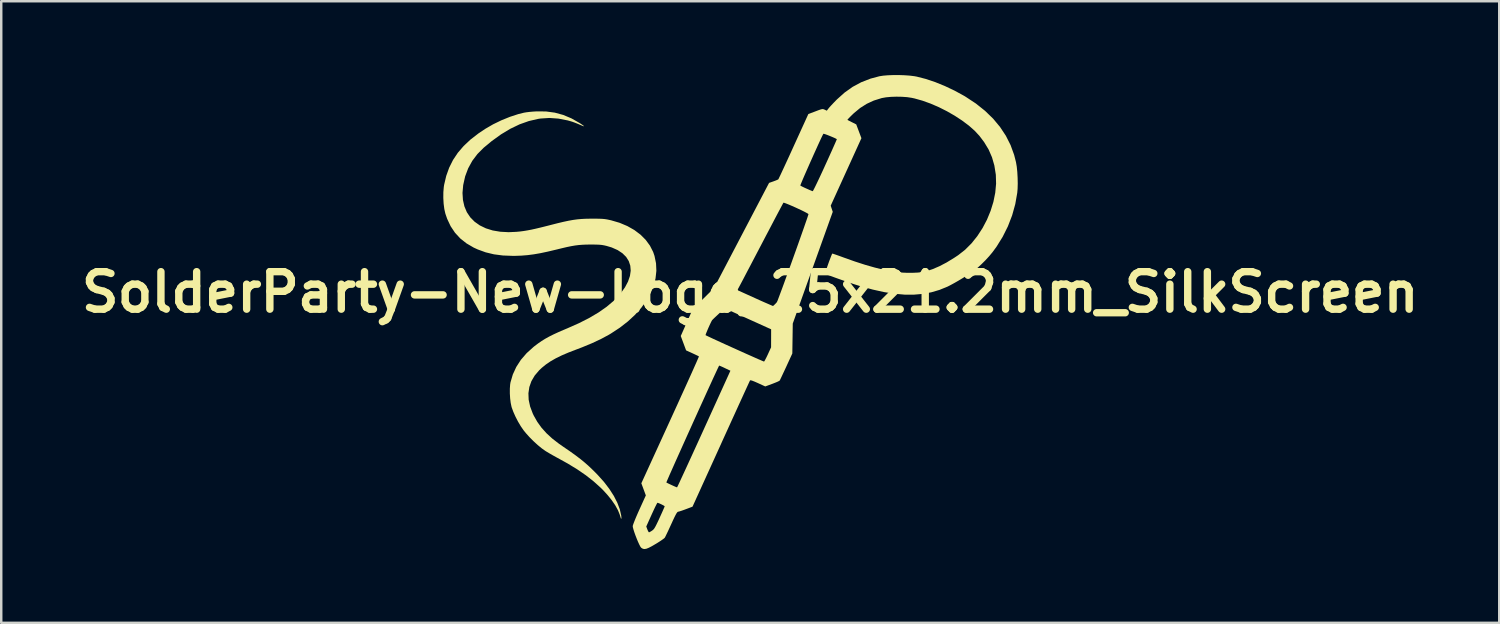
<source format=kicad_pcb>
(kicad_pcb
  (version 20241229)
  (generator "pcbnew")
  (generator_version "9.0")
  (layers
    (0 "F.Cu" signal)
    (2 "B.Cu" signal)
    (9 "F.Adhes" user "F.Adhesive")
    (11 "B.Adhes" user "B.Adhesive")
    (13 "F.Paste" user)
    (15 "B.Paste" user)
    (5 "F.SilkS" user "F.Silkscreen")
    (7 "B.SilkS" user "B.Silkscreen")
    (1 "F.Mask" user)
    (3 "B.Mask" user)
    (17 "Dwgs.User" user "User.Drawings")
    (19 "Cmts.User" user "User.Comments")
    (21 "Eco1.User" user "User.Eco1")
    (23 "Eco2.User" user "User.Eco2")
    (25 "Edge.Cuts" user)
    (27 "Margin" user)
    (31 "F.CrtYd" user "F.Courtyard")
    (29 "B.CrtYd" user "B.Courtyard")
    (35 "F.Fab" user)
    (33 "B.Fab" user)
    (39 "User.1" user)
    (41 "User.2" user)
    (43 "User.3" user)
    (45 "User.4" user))
  (footprint "SolderParty-New-Logo_25x21.2mm_SilkScreen"
    (layer "F.Cu")
    (at 27.439 8.825)
    (property "Reference" "SolderParty-New-Logo_25x21.2mm_SilkScreen" (at 0 0 0) (layer "F.SilkS") (effects (font (size 1.524 1.524) (thickness 0.3))))
    (attr through_hole)
    (fp_poly (pts (xy -8.297 -7.345) (xy -7.941 -7.297) (xy -7.599 -7.204) (xy -7.265 -7.064) (xy -6.934 -6.876) (xy -6.919 -6.867) (xy -6.822 -6.802) (xy -6.768 -6.761) (xy -6.756 -6.743) (xy -6.787 -6.749) (xy -6.844 -6.772) (xy -7.003 -6.84) (xy -7.131 -6.891) (xy -7.24 -6.93) (xy -7.345 -6.961) (xy -7.416 -6.981) (xy -7.795 -7.055) (xy -8.162 -7.081) (xy -8.52 -7.058) (xy -8.615 -7.044) (xy -8.995 -6.956) (xy -9.373 -6.822) (xy -9.75 -6.641) (xy -10.129 -6.413) (xy -10.511 -6.137) (xy -10.832 -5.871) (xy -11.086 -5.616) (xy -11.296 -5.338) (xy -11.462 -5.035) (xy -11.585 -4.709) (xy -11.664 -4.357) (xy -11.666 -4.342) (xy -11.693 -4.034) (xy -11.675 -3.748) (xy -11.616 -3.488) (xy -11.517 -3.252) (xy -11.378 -3.044) (xy -11.202 -2.865) (xy -10.99 -2.715) (xy -10.744 -2.596) (xy -10.466 -2.509) (xy -10.156 -2.457) (xy -9.816 -2.439) (xy -9.506 -2.453) (xy -9.357 -2.467) (xy -9.21 -2.486) (xy -9.059 -2.511) (xy -8.894 -2.542) (xy -8.709 -2.583) (xy -8.495 -2.634) (xy -8.244 -2.697) (xy -8.1 -2.734) (xy -7.826 -2.804) (xy -7.59 -2.86) (xy -7.384 -2.904) (xy -7.199 -2.937) (xy -7.025 -2.961) (xy -6.853 -2.976) (xy -6.676 -2.985) (xy -6.482 -2.988) (xy -6.425 -2.988) (xy -6.249 -2.988) (xy -6.111 -2.985) (xy -6.001 -2.98) (xy -5.907 -2.971) (xy -5.818 -2.957) (xy -5.723 -2.937) (xy -5.655 -2.922) (xy -5.31 -2.821) (xy -4.994 -2.688) (xy -4.71 -2.527) (xy -4.46 -2.339) (xy -4.247 -2.126) (xy -4.075 -1.891) (xy -3.945 -1.636) (xy -3.89 -1.475) (xy -3.828 -1.174) (xy -3.814 -0.869) (xy -3.848 -0.562) (xy -3.927 -0.256) (xy -4.051 0.046) (xy -4.219 0.344) (xy -4.429 0.635) (xy -4.679 0.916) (xy -4.97 1.186) (xy -5.299 1.442) (xy -5.665 1.682) (xy -5.753 1.734) (xy -6.071 1.905) (xy -6.435 2.075) (xy -6.841 2.243) (xy -7.062 2.327) (xy -7.385 2.451) (xy -7.665 2.571) (xy -7.907 2.69) (xy -8.118 2.811) (xy -8.303 2.937) (xy -8.469 3.072) (xy -8.578 3.175) (xy -8.759 3.388) (xy -8.892 3.614) (xy -8.977 3.854) (xy -9.014 4.107) (xy -9.004 4.371) (xy -8.945 4.645) (xy -8.838 4.929) (xy -8.796 5.017) (xy -8.652 5.271) (xy -8.482 5.507) (xy -8.282 5.73) (xy -8.046 5.947) (xy -7.768 6.162) (xy -7.597 6.281) (xy -7.331 6.463) (xy -7.101 6.628) (xy -6.897 6.783) (xy -6.712 6.935) (xy -6.535 7.093) (xy -6.36 7.261) (xy -6.2 7.424) (xy -5.945 7.708) (xy -5.726 7.994) (xy -5.543 8.279) (xy -5.401 8.557) (xy -5.3 8.825) (xy -5.243 9.078) (xy -5.241 9.09) (xy -5.235 9.163) (xy -5.238 9.204) (xy -5.248 9.209) (xy -5.261 9.178) (xy -5.274 9.135) (xy -5.295 9.067) (xy -5.301 9.046) (xy -5.373 8.866) (xy -5.482 8.667) (xy -5.626 8.456) (xy -5.8 8.24) (xy -5.997 8.025) (xy -6.081 7.943) (xy -6.367 7.686) (xy -6.68 7.44) (xy -7.026 7.202) (xy -7.412 6.966) (xy -7.75 6.779) (xy -7.893 6.701) (xy -8.04 6.619) (xy -8.177 6.54) (xy -8.289 6.473) (xy -8.323 6.452) (xy -8.472 6.346) (xy -8.638 6.21) (xy -8.809 6.053) (xy -8.974 5.887) (xy -9.122 5.722) (xy -9.214 5.608) (xy -9.326 5.445) (xy -9.438 5.256) (xy -9.541 5.056) (xy -9.628 4.861) (xy -9.692 4.686) (xy -9.701 4.655) (xy -9.734 4.498) (xy -9.757 4.313) (xy -9.769 4.116) (xy -9.769 3.924) (xy -9.757 3.754) (xy -9.743 3.666) (xy -9.648 3.343) (xy -9.507 3.037) (xy -9.32 2.748) (xy -9.086 2.477) (xy -8.806 2.224) (xy -8.762 2.189) (xy -8.618 2.08) (xy -8.476 1.982) (xy -8.33 1.892) (xy -8.172 1.804) (xy -7.994 1.715) (xy -7.788 1.62) (xy -7.546 1.516) (xy -7.425 1.465) (xy -6.956 1.257) (xy -6.536 1.043) (xy -6.163 0.822) (xy -5.837 0.594) (xy -5.556 0.357) (xy -5.319 0.111) (xy -5.262 0.043) (xy -5.089 -0.199) (xy -4.965 -0.435) (xy -4.888 -0.661) (xy -4.857 -0.875) (xy -4.874 -1.077) (xy -4.936 -1.264) (xy -5.042 -1.433) (xy -5.194 -1.583) (xy -5.389 -1.712) (xy -5.628 -1.818) (xy -5.839 -1.881) (xy -5.934 -1.903) (xy -6.024 -1.919) (xy -6.121 -1.929) (xy -6.236 -1.934) (xy -6.383 -1.937) (xy -6.487 -1.937) (xy -6.662 -1.935) (xy -6.819 -1.928) (xy -6.967 -1.917) (xy -7.116 -1.898) (xy -7.275 -1.871) (xy -7.455 -1.834) (xy -7.663 -1.785) (xy -7.896 -1.728) (xy -8.229 -1.649) (xy -8.526 -1.586) (xy -8.797 -1.539) (xy -9.053 -1.506) (xy -9.303 -1.486) (xy -9.559 -1.477) (xy -9.659 -1.477) (xy -10.052 -1.492) (xy -10.414 -1.539) (xy -10.751 -1.62) (xy -11.072 -1.737) (xy -11.238 -1.813) (xy -11.529 -1.983) (xy -11.782 -2.183) (xy -11.997 -2.415) (xy -12.175 -2.681) (xy -12.316 -2.98) (xy -12.39 -3.195) (xy -12.432 -3.38) (xy -12.46 -3.598) (xy -12.473 -3.831) (xy -12.471 -4.063) (xy -12.453 -4.278) (xy -12.439 -4.367) (xy -12.354 -4.727) (xy -12.234 -5.062) (xy -12.078 -5.374) (xy -11.883 -5.666) (xy -11.647 -5.941) (xy -11.367 -6.204) (xy -11.042 -6.455) (xy -10.762 -6.642) (xy -10.449 -6.823) (xy -10.113 -6.986) (xy -9.768 -7.126) (xy -9.429 -7.237) (xy -9.2 -7.294) (xy -9.101 -7.311) (xy -8.969 -7.327) (xy -8.821 -7.34) (xy -8.674 -7.349) (xy -8.672 -7.349)) (stroke (width 0) (type solid)) (fill yes) (layer "F.SilkS"))
    (fp_poly (pts (xy 6.267 -8.817) (xy 6.48 -8.802) (xy 6.668 -8.779) (xy 6.763 -8.762) (xy 7.131 -8.668) (xy 7.519 -8.538) (xy 7.916 -8.376) (xy 8.312 -8.188) (xy 8.696 -7.978) (xy 8.755 -7.942) (xy 9.172 -7.667) (xy 9.544 -7.37) (xy 9.872 -7.052) (xy 10.153 -6.714) (xy 10.39 -6.356) (xy 10.581 -5.978) (xy 10.726 -5.579) (xy 10.801 -5.285) (xy 10.832 -5.102) (xy 10.854 -4.885) (xy 10.867 -4.652) (xy 10.872 -4.418) (xy 10.866 -4.2) (xy 10.852 -4.038) (xy 10.771 -3.578) (xy 10.644 -3.122) (xy 10.472 -2.676) (xy 10.258 -2.248) (xy 10.006 -1.843) (xy 9.84 -1.618) (xy 9.71 -1.462) (xy 9.559 -1.298) (xy 9.398 -1.138) (xy 9.241 -0.993) (xy 9.097 -0.875) (xy 9.068 -0.853) (xy 8.948 -0.77) (xy 8.799 -0.673) (xy 8.631 -0.57) (xy 8.458 -0.466) (xy 8.29 -0.37) (xy 8.139 -0.288) (xy 8.018 -0.226) (xy 8.012 -0.224) (xy 7.691 -0.093) (xy 7.359 0.004) (xy 7.014 0.069) (xy 6.653 0.1) (xy 6.272 0.099) (xy 5.869 0.063) (xy 5.439 -0.005) (xy 4.979 -0.107) (xy 4.487 -0.242) (xy 4.338 -0.288) (xy 4.225 -0.324) (xy 4.09 -0.369) (xy 3.939 -0.42) (xy 3.779 -0.476) (xy 3.619 -0.532) (xy 3.465 -0.587) (xy 3.324 -0.639) (xy 3.204 -0.683) (xy 3.112 -0.719) (xy 3.056 -0.742) (xy 3.043 -0.75) (xy 3.047 -0.776) (xy 3.065 -0.839) (xy 3.095 -0.931) (xy 3.132 -1.041) (xy 3.174 -1.16) (xy 3.217 -1.28) (xy 3.259 -1.39) (xy 3.294 -1.481) (xy 3.321 -1.545) (xy 3.335 -1.57) (xy 3.36 -1.564) (xy 3.424 -1.543) (xy 3.52 -1.51) (xy 3.641 -1.467) (xy 3.78 -1.416) (xy 3.788 -1.413) (xy 4.244 -1.251) (xy 4.667 -1.114) (xy 5.063 -1.001) (xy 5.441 -0.908) (xy 5.737 -0.847) (xy 5.932 -0.818) (xy 6.148 -0.798) (xy 6.372 -0.788) (xy 6.594 -0.788) (xy 6.802 -0.797) (xy 6.984 -0.816) (xy 7.129 -0.845) (xy 7.13 -0.845) (xy 7.407 -0.935) (xy 7.69 -1.056) (xy 7.984 -1.21) (xy 8.296 -1.401) (xy 8.454 -1.506) (xy 8.734 -1.726) (xy 8.994 -1.986) (xy 9.23 -2.281) (xy 9.44 -2.603) (xy 9.621 -2.946) (xy 9.769 -3.305) (xy 9.883 -3.672) (xy 9.958 -4.042) (xy 9.992 -4.409) (xy 9.982 -4.765) (xy 9.979 -4.79) (xy 9.922 -5.148) (xy 9.826 -5.482) (xy 9.689 -5.797) (xy 9.506 -6.1) (xy 9.315 -6.353) (xy 9.121 -6.562) (xy 8.884 -6.771) (xy 8.612 -6.975) (xy 8.313 -7.171) (xy 7.995 -7.354) (xy 7.665 -7.52) (xy 7.33 -7.665) (xy 6.998 -7.784) (xy 6.678 -7.874) (xy 6.562 -7.899) (xy 6.376 -7.927) (xy 6.164 -7.942) (xy 5.94 -7.946) (xy 5.72 -7.939) (xy 5.518 -7.92) (xy 5.35 -7.89) (xy 5.341 -7.888) (xy 5.024 -7.789) (xy 4.737 -7.657) (xy 4.468 -7.487) (xy 4.21 -7.273) (xy 4.166 -7.231) (xy 4.081 -7.148) (xy 4.012 -7.078) (xy 3.966 -7.027) (xy 3.95 -7.004) (xy 3.95 -7.003) (xy 3.977 -6.988) (xy 4.036 -6.957) (xy 4.117 -6.916) (xy 4.136 -6.907) (xy 4.309 -6.819) (xy 4.519 -6.259) (xy 3.271 -3.516) (xy 3.354 -3.266) (xy 2.541 -0.996) (xy 1.729 1.274) (xy 1.711 2.49) (xy 1.464 3.028) (xy 1.393 3.181) (xy 1.328 3.319) (xy 1.273 3.436) (xy 1.23 3.526) (xy 1.203 3.58) (xy 1.196 3.593) (xy 1.165 3.612) (xy 1.098 3.644) (xy 1.003 3.683) (xy 0.893 3.726) (xy 0.611 3.83) (xy 0.312 3.693) (xy 0.178 3.634) (xy 0.084 3.597) (xy 0.024 3.58) (xy -0.005 3.583) (xy -0.008 3.586) (xy -0.021 3.612) (xy -0.053 3.681) (xy -0.103 3.79) (xy -0.17 3.936) (xy -0.252 4.115) (xy -0.348 4.325) (xy -0.457 4.563) (xy -0.577 4.827) (xy -0.707 5.112) (xy -0.846 5.417) (xy -0.992 5.738) (xy -1.144 6.072) (xy -1.186 6.166) (xy -2.345 8.716) (xy -2.604 8.814) (xy -2.715 8.855) (xy -2.814 8.889) (xy -2.889 8.912) (xy -2.922 8.919) (xy -2.945 8.927) (xy -2.968 8.947) (xy -2.996 8.987) (xy -3.032 9.051) (xy -3.079 9.144) (xy -3.14 9.273) (xy -3.21 9.427) (xy -3.279 9.576) (xy -3.342 9.713) (xy -3.398 9.829) (xy -3.441 9.918) (xy -3.469 9.971) (xy -3.475 9.98) (xy -3.509 10.011) (xy -3.578 10.061) (xy -3.672 10.125) (xy -3.785 10.197) (xy -3.847 10.234) (xy -4.003 10.325) (xy -4.125 10.388) (xy -4.221 10.426) (xy -4.296 10.438) (xy -4.359 10.428) (xy -4.414 10.397) (xy -4.436 10.379) (xy -4.468 10.335) (xy -4.51 10.253) (xy -4.56 10.144) (xy -4.612 10.019) (xy -4.663 9.887) (xy -4.709 9.759) (xy -4.745 9.645) (xy -4.769 9.555) (xy -4.773 9.522) (xy -4.225 9.522) (xy -4.181 9.641) (xy -4.152 9.708) (xy -4.125 9.751) (xy -4.113 9.759) (xy -4.079 9.745) (xy -4.021 9.711) (xy -3.988 9.689) (xy -3.951 9.661) (xy -3.917 9.625) (xy -3.883 9.576) (xy -3.843 9.506) (xy -3.794 9.408) (xy -3.731 9.276) (xy -3.683 9.171) (xy -3.62 9.032) (xy -3.564 8.908) (xy -3.52 8.807) (xy -3.489 8.736) (xy -3.476 8.702) (xy -3.476 8.701) (xy -3.496 8.683) (xy -3.548 8.653) (xy -3.617 8.618) (xy -3.687 8.586) (xy -3.745 8.564) (xy -3.771 8.558) (xy -3.787 8.58) (xy -3.819 8.641) (xy -3.866 8.734) (xy -3.922 8.853) (xy -3.986 8.992) (xy -4.008 9.04) (xy -4.225 9.522) (xy -4.773 9.522) (xy -4.775 9.508) (xy -4.765 9.464) (xy -4.736 9.382) (xy -4.691 9.267) (xy -4.633 9.127) (xy -4.564 8.968) (xy -4.509 8.845) (xy -4.242 8.258) (xy -4.425 7.765) (xy -4.41 7.733) (xy -3.408 7.733) (xy -3.378 7.75) (xy -3.316 7.781) (xy -3.235 7.819) (xy -3.147 7.86) (xy -3.066 7.896) (xy -3.003 7.922) (xy -2.974 7.932) (xy -2.962 7.91) (xy -2.93 7.845) (xy -2.881 7.741) (xy -2.816 7.6) (xy -2.735 7.425) (xy -2.64 7.22) (xy -2.533 6.987) (xy -2.415 6.73) (xy -2.287 6.45) (xy -2.151 6.152) (xy -2.008 5.839) (xy -1.882 5.562) (xy -0.805 3.191) (xy -1.031 3.084) (xy -1.126 3.039) (xy -1.203 3.005) (xy -1.251 2.986) (xy -1.263 2.983) (xy -1.278 3.012) (xy -1.312 3.082) (xy -1.362 3.189) (xy -1.428 3.331) (xy -1.508 3.504) (xy -1.599 3.703) (xy -1.701 3.925) (xy -1.811 4.167) (xy -1.928 4.425) (xy -2.051 4.695) (xy -2.177 4.974) (xy -2.306 5.258) (xy -2.434 5.543) (xy -2.562 5.826) (xy -2.686 6.102) (xy -2.806 6.369) (xy -2.92 6.623) (xy -3.026 6.859) (xy -3.122 7.075) (xy -3.207 7.267) (xy -3.28 7.43) (xy -3.337 7.562) (xy -3.379 7.659) (xy -3.403 7.717) (xy -3.408 7.733) (xy -4.41 7.733) (xy -3.248 5.194) (xy -3.094 4.856) (xy -2.945 4.53) (xy -2.805 4.22) (xy -2.672 3.929) (xy -2.55 3.659) (xy -2.439 3.414) (xy -2.341 3.196) (xy -2.257 3.007) (xy -2.188 2.852) (xy -2.136 2.732) (xy -2.101 2.652) (xy -2.086 2.612) (xy -2.085 2.609) (xy -2.112 2.594) (xy -2.175 2.563) (xy -2.264 2.521) (xy -2.352 2.48) (xy -2.606 2.364) (xy -2.823 1.78) (xy -2.805 1.74) (xy -1.815 1.74) (xy -1.814 1.746) (xy -1.787 1.761) (xy -1.72 1.793) (xy -1.618 1.841) (xy -1.487 1.903) (xy -1.33 1.974) (xy -1.155 2.055) (xy -0.966 2.141) (xy -0.767 2.231) (xy -0.565 2.322) (xy -0.365 2.412) (xy -0.172 2.499) (xy 0.01 2.58) (xy 0.174 2.653) (xy 0.316 2.716) (xy 0.431 2.765) (xy 0.512 2.8) (xy 0.556 2.817) (xy 0.562 2.819) (xy 0.581 2.794) (xy 0.615 2.733) (xy 0.661 2.644) (xy 0.712 2.537) (xy 0.717 2.526) (xy 0.848 2.24) (xy 0.849 1.874) (xy 0.85 1.508) (xy 0.281 1.25) (xy 0.097 1.167) (xy -0.098 1.079) (xy -0.29 0.992) (xy -0.467 0.912) (xy -0.616 0.844) (xy -0.661 0.824) (xy -1.035 0.654) (xy -1.277 0.877) (xy -1.369 0.963) (xy -1.45 1.039) (xy -1.51 1.097) (xy -1.543 1.131) (xy -1.545 1.133) (xy -1.569 1.171) (xy -1.604 1.241) (xy -1.647 1.332) (xy -1.693 1.434) (xy -1.737 1.536) (xy -1.775 1.628) (xy -1.803 1.699) (xy -1.815 1.74) (xy -2.805 1.74) (xy -2.58 1.234) (xy -2.337 0.688) (xy -1.906 0.263) (xy -1.554 -0.085) (xy -0.522 -0.085) (xy 0.233 0.257) (xy 0.414 0.339) (xy 0.581 0.413) (xy 0.729 0.477) (xy 0.851 0.53) (xy 0.942 0.568) (xy 0.998 0.588) (xy 1.012 0.592) (xy 1.024 0.568) (xy 1.051 0.5) (xy 1.093 0.392) (xy 1.147 0.248) (xy 1.213 0.071) (xy 1.29 -0.135) (xy 1.375 -0.367) (xy 1.467 -0.622) (xy 1.566 -0.894) (xy 1.67 -1.182) (xy 1.704 -1.278) (xy 1.809 -1.571) (xy 1.909 -1.85) (xy 2.002 -2.112) (xy 2.087 -2.354) (xy 2.164 -2.571) (xy 2.23 -2.761) (xy 2.285 -2.919) (xy 2.327 -3.042) (xy 2.354 -3.127) (xy 2.367 -3.169) (xy 2.368 -3.173) (xy 2.344 -3.193) (xy 2.283 -3.228) (xy 2.193 -3.275) (xy 2.08 -3.331) (xy 1.954 -3.39) (xy 1.822 -3.451) (xy 1.692 -3.508) (xy 1.573 -3.559) (xy 1.471 -3.6) (xy 1.396 -3.628) (xy 1.355 -3.638) (xy 1.35 -3.637) (xy 1.335 -3.612) (xy 1.3 -3.546) (xy 1.245 -3.443) (xy 1.172 -3.306) (xy 1.084 -3.14) (xy 0.982 -2.947) (xy 0.869 -2.731) (xy 0.746 -2.496) (xy 0.614 -2.246) (xy 0.513 -2.052) (xy 0.374 -1.787) (xy 0.239 -1.529) (xy 0.111 -1.285) (xy -0.008 -1.057) (xy -0.117 -0.851) (xy -0.212 -0.669) (xy -0.292 -0.516) (xy -0.355 -0.397) (xy -0.398 -0.316) (xy -0.414 -0.286) (xy -0.522 -0.085) (xy -1.554 -0.085) (xy -1.475 -0.163) (xy 0.71 -4.335) (xy 2.036 -4.335) (xy 2.067 -4.316) (xy 2.131 -4.283) (xy 2.217 -4.242) (xy 2.313 -4.199) (xy 2.405 -4.158) (xy 2.481 -4.126) (xy 2.53 -4.107) (xy 2.54 -4.105) (xy 2.556 -4.127) (xy 2.59 -4.19) (xy 2.64 -4.29) (xy 2.704 -4.422) (xy 2.78 -4.581) (xy 2.866 -4.764) (xy 2.959 -4.965) (xy 3.047 -5.158) (xy 3.145 -5.373) (xy 3.235 -5.573) (xy 3.317 -5.754) (xy 3.387 -5.912) (xy 3.445 -6.042) (xy 3.487 -6.139) (xy 3.513 -6.2) (xy 3.52 -6.219) (xy 3.485 -6.24) (xy 3.419 -6.272) (xy 3.331 -6.31) (xy 3.234 -6.35) (xy 3.139 -6.388) (xy 3.056 -6.418) (xy 2.997 -6.436) (xy 2.974 -6.439) (xy 2.957 -6.409) (xy 2.922 -6.339) (xy 2.873 -6.236) (xy 2.812 -6.105) (xy 2.741 -5.95) (xy 2.664 -5.779) (xy 2.581 -5.596) (xy 2.497 -5.407) (xy 2.412 -5.217) (xy 2.331 -5.033) (xy 2.254 -4.858) (xy 2.185 -4.7) (xy 2.127 -4.564) (xy 2.081 -4.454) (xy 2.05 -4.377) (xy 2.036 -4.338) (xy 2.036 -4.335) (xy 0.71 -4.335) (xy 0.766 -4.442) (xy 0.943 -4.504) (xy 1.032 -4.537) (xy 1.102 -4.566) (xy 1.14 -4.586) (xy 1.142 -4.587) (xy 1.156 -4.613) (xy 1.188 -4.681) (xy 1.238 -4.785) (xy 1.302 -4.923) (xy 1.38 -5.091) (xy 1.469 -5.283) (xy 1.567 -5.496) (xy 1.672 -5.726) (xy 1.762 -5.924) (xy 2.362 -7.24) (xy 2.65 -7.349) (xy 2.771 -7.395) (xy 2.854 -7.424) (xy 2.912 -7.439) (xy 2.953 -7.442) (xy 2.987 -7.434) (xy 3.025 -7.418) (xy 3.112 -7.377) (xy 3.186 -7.473) (xy 3.231 -7.526) (xy 3.303 -7.605) (xy 3.392 -7.699) (xy 3.491 -7.801) (xy 3.524 -7.834) (xy 3.834 -8.112) (xy 4.162 -8.345) (xy 4.512 -8.533) (xy 4.887 -8.679) (xy 5.25 -8.776) (xy 5.405 -8.8) (xy 5.596 -8.816) (xy 5.812 -8.824) (xy 6.04 -8.825)) (stroke (width 0) (type solid)) (fill yes) (layer "F.SilkS")))
  (gr_rect
    (start -3 -3)
    (end 57.879 22.263)
    (stroke (width 0.1) (type default))
    (fill no)
    (layer "Edge.Cuts")))
</source>
